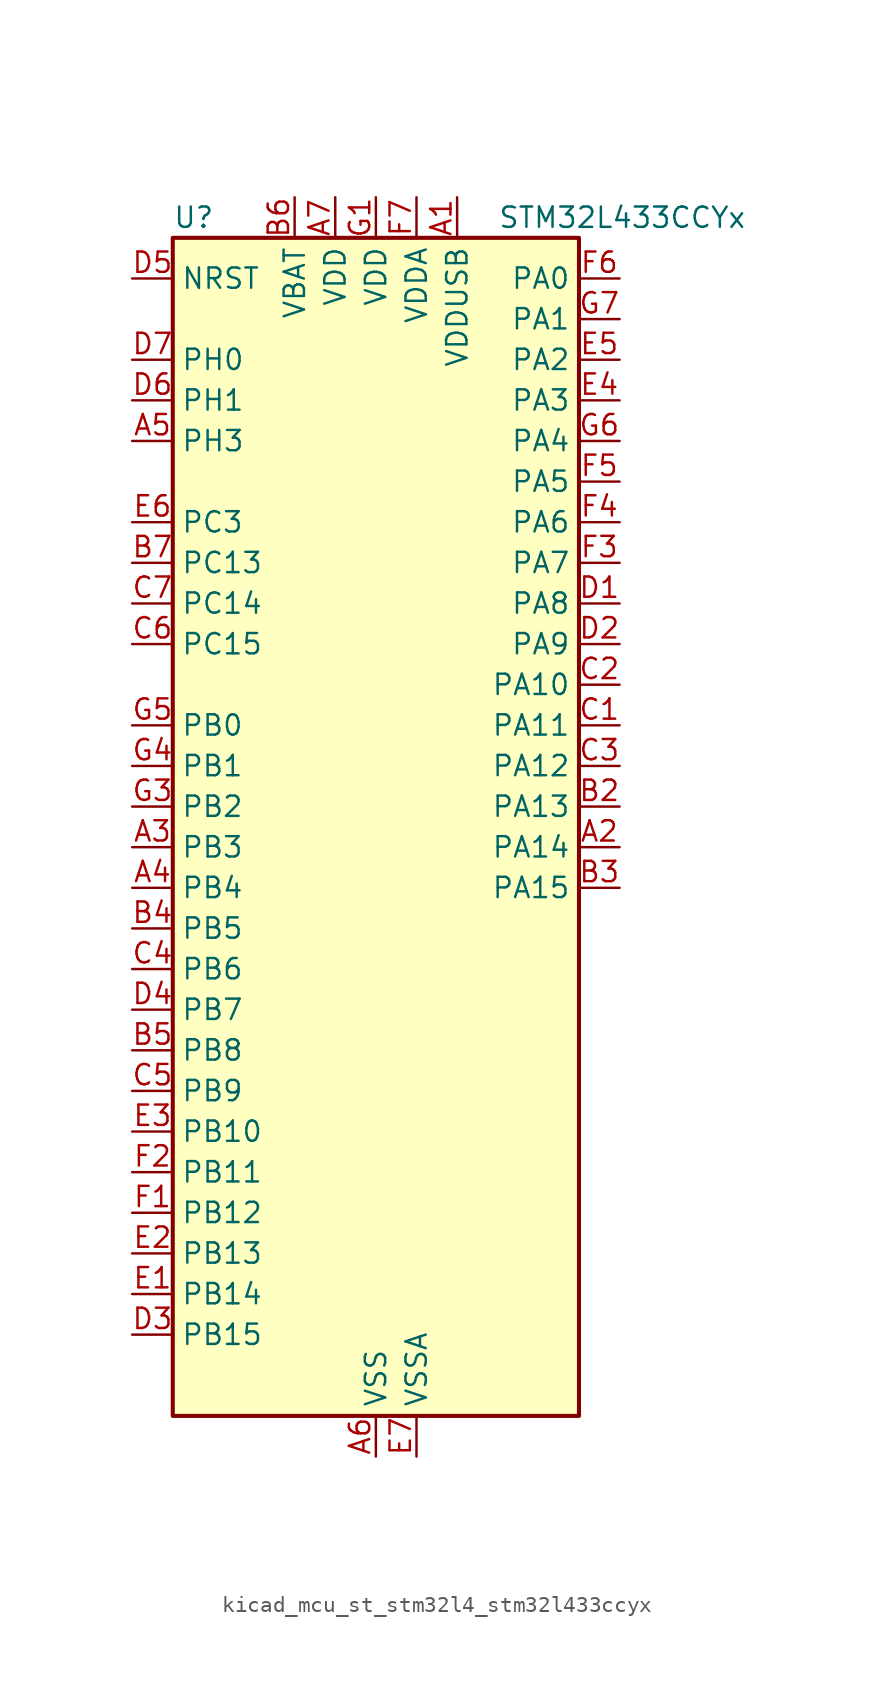
<source format=kicad_sym>
(kicad_symbol_lib
  (version 20220914)
  (generator kicad_symbol_editor)
  (symbol "kicad_mcu_st_stm32l4_stm32l433ccyx"
    (property "Reference" "U"
      (at -12.7 39.37 0)
      (effects (font (size 1.27 1.27)) (justify left)))
    (property "Value" "STM32L433CCYx"
      (at 7.62 39.37 0)
      (effects (font (size 1.27 1.27)) (justify left)))
    (property "ki_locked" ""
      (at 0 0 0)
      (effects (font (size 1.27 1.27))))
    (symbol "kicad_mcu_st_stm32l4_stm32l433ccyx_0_1"
      (rectangle (start -12.7 -35.56) (end 12.7 38.1) (stroke (width 0.254) (type default)) (fill (type background))))
    (symbol "kicad_mcu_st_stm32l4_stm32l433ccyx_1_1"
      (pin power_in line (at 5.08 40.64 270) (length 2.54) (name "VDDUSB" (effects (font (size 1.27 1.27)))) (number "A1" (effects (font (size 1.27 1.27)))))
      (pin bidirectional line (at 15.24 0 180) (length 2.54) (name "PA14" (effects (font (size 1.27 1.27)))) (number "A2" (effects (font (size 1.27 1.27)))) (alternate "I2C1_SMBA" bidirectional line) (alternate "LPTIM1_OUT" bidirectional line) (alternate "SAI1_FS_B" bidirectional line) (alternate "SWPMI1_RX" bidirectional line) (alternate "SYS_JTCK-SWCLK" bidirectional line))
      (pin bidirectional line (at -15.24 0 0) (length 2.54) (name "PB3" (effects (font (size 1.27 1.27)))) (number "A3" (effects (font (size 1.27 1.27)))) (alternate "COMP2_INM" bidirectional line) (alternate "LCD_SEG7" bidirectional line) (alternate "SAI1_SCK_B" bidirectional line) (alternate "SPI1_SCK" bidirectional line) (alternate "SPI3_SCK" bidirectional line) (alternate "SYS_JTDO-SWO" bidirectional line) (alternate "TIM2_CH2" bidirectional line) (alternate "USART1_DE" bidirectional line) (alternate "USART1_RTS" bidirectional line))
      (pin bidirectional line (at -15.24 -2.54 0) (length 2.54) (name "PB4" (effects (font (size 1.27 1.27)))) (number "A4" (effects (font (size 1.27 1.27)))) (alternate "COMP2_INP" bidirectional line) (alternate "I2C3_SDA" bidirectional line) (alternate "LCD_SEG8" bidirectional line) (alternate "SAI1_MCLK_B" bidirectional line) (alternate "SPI1_MISO" bidirectional line) (alternate "SPI3_MISO" bidirectional line) (alternate "SYS_JTRST" bidirectional line) (alternate "TSC_G2_IO1" bidirectional line) (alternate "USART1_CTS" bidirectional line))
      (pin bidirectional line (at -15.24 25.4 0) (length 2.54) (name "PH3" (effects (font (size 1.27 1.27)))) (number "A5" (effects (font (size 1.27 1.27)))))
      (pin power_in line (at 0 -38.1 90) (length 2.54) (name "VSS" (effects (font (size 1.27 1.27)))) (number "A6" (effects (font (size 1.27 1.27)))))
      (pin power_in line (at -2.54 40.64 270) (length 2.54) (name "VDD" (effects (font (size 1.27 1.27)))) (number "A7" (effects (font (size 1.27 1.27)))))
      (pin passive line (at 0 -38.1 90) (length 2.54) hide (name "VSS" (effects (font (size 1.27 1.27)))) (number "B1" (effects (font (size 1.27 1.27)))))
      (pin bidirectional line (at 15.24 2.54 180) (length 2.54) (name "PA13" (effects (font (size 1.27 1.27)))) (number "B2" (effects (font (size 1.27 1.27)))) (alternate "IR_OUT" bidirectional line) (alternate "SAI1_SD_B" bidirectional line) (alternate "SWPMI1_TX" bidirectional line) (alternate "SYS_JTMS-SWDIO" bidirectional line) (alternate "USB_NOE" bidirectional line))
      (pin bidirectional line (at 15.24 -2.54 180) (length 2.54) (name "PA15" (effects (font (size 1.27 1.27)))) (number "B3" (effects (font (size 1.27 1.27)))) (alternate "ADC1_EXTI15" bidirectional line) (alternate "LCD_SEG17" bidirectional line) (alternate "SPI1_NSS" bidirectional line) (alternate "SPI3_NSS" bidirectional line) (alternate "SWPMI1_SUSPEND" bidirectional line) (alternate "SYS_JTDI" bidirectional line) (alternate "TIM2_CH1" bidirectional line) (alternate "TIM2_ETR" bidirectional line) (alternate "USART2_RX" bidirectional line) (alternate "USART3_DE" bidirectional line) (alternate "USART3_RTS" bidirectional line))
      (pin bidirectional line (at -15.24 -5.08 0) (length 2.54) (name "PB5" (effects (font (size 1.27 1.27)))) (number "B4" (effects (font (size 1.27 1.27)))) (alternate "COMP2_OUT" bidirectional line) (alternate "I2C1_SMBA" bidirectional line) (alternate "LCD_SEG9" bidirectional line) (alternate "LPTIM1_IN1" bidirectional line) (alternate "SAI1_SD_B" bidirectional line) (alternate "SPI1_MOSI" bidirectional line) (alternate "SPI3_MOSI" bidirectional line) (alternate "TIM16_BKIN" bidirectional line) (alternate "TSC_G2_IO2" bidirectional line) (alternate "USART1_CK" bidirectional line))
      (pin bidirectional line (at -15.24 -12.7 0) (length 2.54) (name "PB8" (effects (font (size 1.27 1.27)))) (number "B5" (effects (font (size 1.27 1.27)))) (alternate "CAN1_RX" bidirectional line) (alternate "I2C1_SCL" bidirectional line) (alternate "LCD_SEG16" bidirectional line) (alternate "SAI1_MCLK_A" bidirectional line) (alternate "TIM16_CH1" bidirectional line))
      (pin power_in line (at -5.08 40.64 270) (length 2.54) (name "VBAT" (effects (font (size 1.27 1.27)))) (number "B6" (effects (font (size 1.27 1.27)))))
      (pin bidirectional line (at -15.24 17.78 0) (length 2.54) (name "PC13" (effects (font (size 1.27 1.27)))) (number "B7" (effects (font (size 1.27 1.27)))) (alternate "RTC_OUT_ALARM" bidirectional line) (alternate "RTC_OUT_CALIB" bidirectional line) (alternate "RTC_TAMP1" bidirectional line) (alternate "RTC_TS" bidirectional line) (alternate "SYS_WKUP2" bidirectional line))
      (pin bidirectional line (at 15.24 7.62 180) (length 2.54) (name "PA11" (effects (font (size 1.27 1.27)))) (number "C1" (effects (font (size 1.27 1.27)))) (alternate "ADC1_EXTI11" bidirectional line) (alternate "CAN1_RX" bidirectional line) (alternate "COMP1_OUT" bidirectional line) (alternate "SPI1_MISO" bidirectional line) (alternate "TIM1_BKIN2" bidirectional line) (alternate "TIM1_BKIN2_COMP1" bidirectional line) (alternate "TIM1_CH4" bidirectional line) (alternate "USART1_CTS" bidirectional line) (alternate "USB_DM" bidirectional line))
      (pin bidirectional line (at 15.24 10.16 180) (length 2.54) (name "PA10" (effects (font (size 1.27 1.27)))) (number "C2" (effects (font (size 1.27 1.27)))) (alternate "CRS_SYNC" bidirectional line) (alternate "I2C1_SDA" bidirectional line) (alternate "LCD_COM2" bidirectional line) (alternate "SAI1_SD_A" bidirectional line) (alternate "TIM1_CH3" bidirectional line) (alternate "USART1_RX" bidirectional line))
      (pin bidirectional line (at 15.24 5.08 180) (length 2.54) (name "PA12" (effects (font (size 1.27 1.27)))) (number "C3" (effects (font (size 1.27 1.27)))) (alternate "CAN1_TX" bidirectional line) (alternate "SPI1_MOSI" bidirectional line) (alternate "TIM1_ETR" bidirectional line) (alternate "USART1_DE" bidirectional line) (alternate "USART1_RTS" bidirectional line) (alternate "USB_DP" bidirectional line))
      (pin bidirectional line (at -15.24 -7.62 0) (length 2.54) (name "PB6" (effects (font (size 1.27 1.27)))) (number "C4" (effects (font (size 1.27 1.27)))) (alternate "COMP2_INP" bidirectional line) (alternate "I2C1_SCL" bidirectional line) (alternate "LPTIM1_ETR" bidirectional line) (alternate "SAI1_FS_B" bidirectional line) (alternate "TIM16_CH1N" bidirectional line) (alternate "TSC_G2_IO3" bidirectional line) (alternate "USART1_TX" bidirectional line))
      (pin bidirectional line (at -15.24 -15.24 0) (length 2.54) (name "PB9" (effects (font (size 1.27 1.27)))) (number "C5" (effects (font (size 1.27 1.27)))) (alternate "CAN1_TX" bidirectional line) (alternate "DAC1_EXTI9" bidirectional line) (alternate "I2C1_SDA" bidirectional line) (alternate "IR_OUT" bidirectional line) (alternate "LCD_COM3" bidirectional line) (alternate "SAI1_FS_A" bidirectional line) (alternate "SPI2_NSS" bidirectional line))
      (pin bidirectional line (at -15.24 12.7 0) (length 2.54) (name "PC15" (effects (font (size 1.27 1.27)))) (number "C6" (effects (font (size 1.27 1.27)))) (alternate "ADC1_EXTI15" bidirectional line) (alternate "RCC_OSC32_OUT" bidirectional line))
      (pin bidirectional line (at -15.24 15.24 0) (length 2.54) (name "PC14" (effects (font (size 1.27 1.27)))) (number "C7" (effects (font (size 1.27 1.27)))) (alternate "RCC_OSC32_IN" bidirectional line))
      (pin bidirectional line (at 15.24 15.24 180) (length 2.54) (name "PA8" (effects (font (size 1.27 1.27)))) (number "D1" (effects (font (size 1.27 1.27)))) (alternate "LCD_COM0" bidirectional line) (alternate "LPTIM2_OUT" bidirectional line) (alternate "RCC_MCO" bidirectional line) (alternate "SAI1_SCK_A" bidirectional line) (alternate "SWPMI1_IO" bidirectional line) (alternate "TIM1_CH1" bidirectional line) (alternate "USART1_CK" bidirectional line))
      (pin bidirectional line (at 15.24 12.7 180) (length 2.54) (name "PA9" (effects (font (size 1.27 1.27)))) (number "D2" (effects (font (size 1.27 1.27)))) (alternate "DAC1_EXTI9" bidirectional line) (alternate "I2C1_SCL" bidirectional line) (alternate "LCD_COM1" bidirectional line) (alternate "SAI1_FS_A" bidirectional line) (alternate "TIM15_BKIN" bidirectional line) (alternate "TIM1_CH2" bidirectional line) (alternate "USART1_TX" bidirectional line))
      (pin bidirectional line (at -15.24 -30.48 0) (length 2.54) (name "PB15" (effects (font (size 1.27 1.27)))) (number "D3" (effects (font (size 1.27 1.27)))) (alternate "ADC1_EXTI15" bidirectional line) (alternate "LCD_SEG15" bidirectional line) (alternate "RTC_REFIN" bidirectional line) (alternate "SAI1_SD_A" bidirectional line) (alternate "SPI2_MOSI" bidirectional line) (alternate "SWPMI1_SUSPEND" bidirectional line) (alternate "TIM15_CH2" bidirectional line) (alternate "TIM1_CH3N" bidirectional line) (alternate "TSC_G1_IO4" bidirectional line))
      (pin bidirectional line (at -15.24 -10.16 0) (length 2.54) (name "PB7" (effects (font (size 1.27 1.27)))) (number "D4" (effects (font (size 1.27 1.27)))) (alternate "COMP2_INM" bidirectional line) (alternate "I2C1_SDA" bidirectional line) (alternate "LCD_SEG21" bidirectional line) (alternate "LPTIM1_IN2" bidirectional line) (alternate "SYS_PVD_IN" bidirectional line) (alternate "TSC_G2_IO4" bidirectional line) (alternate "USART1_RX" bidirectional line))
      (pin input line (at -15.24 35.56 0) (length 2.54) (name "NRST" (effects (font (size 1.27 1.27)))) (number "D5" (effects (font (size 1.27 1.27)))))
      (pin bidirectional line (at -15.24 27.94 0) (length 2.54) (name "PH1" (effects (font (size 1.27 1.27)))) (number "D6" (effects (font (size 1.27 1.27)))) (alternate "RCC_OSC_OUT" bidirectional line))
      (pin bidirectional line (at -15.24 30.48 0) (length 2.54) (name "PH0" (effects (font (size 1.27 1.27)))) (number "D7" (effects (font (size 1.27 1.27)))) (alternate "RCC_OSC_IN" bidirectional line))
      (pin bidirectional line (at -15.24 -27.94 0) (length 2.54) (name "PB14" (effects (font (size 1.27 1.27)))) (number "E1" (effects (font (size 1.27 1.27)))) (alternate "I2C2_SDA" bidirectional line) (alternate "LCD_SEG14" bidirectional line) (alternate "SAI1_MCLK_A" bidirectional line) (alternate "SPI2_MISO" bidirectional line) (alternate "SWPMI1_RX" bidirectional line) (alternate "TIM15_CH1" bidirectional line) (alternate "TIM1_CH2N" bidirectional line) (alternate "TSC_G1_IO3" bidirectional line) (alternate "USART3_DE" bidirectional line) (alternate "USART3_RTS" bidirectional line))
      (pin bidirectional line (at -15.24 -25.4 0) (length 2.54) (name "PB13" (effects (font (size 1.27 1.27)))) (number "E2" (effects (font (size 1.27 1.27)))) (alternate "I2C2_SCL" bidirectional line) (alternate "LCD_SEG13" bidirectional line) (alternate "LPUART1_CTS" bidirectional line) (alternate "SAI1_SCK_A" bidirectional line) (alternate "SPI2_SCK" bidirectional line) (alternate "SWPMI1_TX" bidirectional line) (alternate "TIM15_CH1N" bidirectional line) (alternate "TIM1_CH1N" bidirectional line) (alternate "TSC_G1_IO2" bidirectional line) (alternate "USART3_CTS" bidirectional line))
      (pin bidirectional line (at -15.24 -17.78 0) (length 2.54) (name "PB10" (effects (font (size 1.27 1.27)))) (number "E3" (effects (font (size 1.27 1.27)))) (alternate "COMP1_OUT" bidirectional line) (alternate "I2C2_SCL" bidirectional line) (alternate "LCD_SEG10" bidirectional line) (alternate "LPUART1_RX" bidirectional line) (alternate "QUADSPI_CLK" bidirectional line) (alternate "SAI1_SCK_A" bidirectional line) (alternate "SPI2_SCK" bidirectional line) (alternate "TIM2_CH3" bidirectional line) (alternate "TSC_SYNC" bidirectional line) (alternate "USART3_TX" bidirectional line))
      (pin bidirectional line (at 15.24 27.94 180) (length 2.54) (name "PA3" (effects (font (size 1.27 1.27)))) (number "E4" (effects (font (size 1.27 1.27)))) (alternate "ADC1_IN8" bidirectional line) (alternate "COMP2_INP" bidirectional line) (alternate "LCD_SEG2" bidirectional line) (alternate "LPUART1_RX" bidirectional line) (alternate "OPAMP1_VOUT" bidirectional line) (alternate "QUADSPI_CLK" bidirectional line) (alternate "SAI1_MCLK_A" bidirectional line) (alternate "TIM15_CH2" bidirectional line) (alternate "TIM2_CH4" bidirectional line) (alternate "USART2_RX" bidirectional line))
      (pin bidirectional line (at 15.24 30.48 180) (length 2.54) (name "PA2" (effects (font (size 1.27 1.27)))) (number "E5" (effects (font (size 1.27 1.27)))) (alternate "ADC1_IN7" bidirectional line) (alternate "COMP2_INM" bidirectional line) (alternate "COMP2_OUT" bidirectional line) (alternate "LCD_SEG1" bidirectional line) (alternate "LPUART1_TX" bidirectional line) (alternate "QUADSPI_BK1_NCS" bidirectional line) (alternate "RCC_LSCO" bidirectional line) (alternate "SYS_WKUP4" bidirectional line) (alternate "TIM15_CH1" bidirectional line) (alternate "TIM2_CH3" bidirectional line) (alternate "USART2_TX" bidirectional line))
      (pin bidirectional line (at -15.24 20.32 0) (length 2.54) (name "PC3" (effects (font (size 1.27 1.27)))) (number "E6" (effects (font (size 1.27 1.27)))) (alternate "ADC1_IN4" bidirectional line) (alternate "LCD_VLCD" bidirectional line) (alternate "LPTIM1_ETR" bidirectional line) (alternate "LPTIM2_ETR" bidirectional line) (alternate "SAI1_SD_A" bidirectional line) (alternate "SPI2_MOSI" bidirectional line))
      (pin power_in line (at 2.54 -38.1 90) (length 2.54) (name "VSSA" (effects (font (size 1.27 1.27)))) (number "E7" (effects (font (size 1.27 1.27)))))
      (pin bidirectional line (at -15.24 -22.86 0) (length 2.54) (name "PB12" (effects (font (size 1.27 1.27)))) (number "F1" (effects (font (size 1.27 1.27)))) (alternate "I2C2_SMBA" bidirectional line) (alternate "LCD_SEG12" bidirectional line) (alternate "LPUART1_DE" bidirectional line) (alternate "LPUART1_RTS" bidirectional line) (alternate "SAI1_FS_A" bidirectional line) (alternate "SPI2_NSS" bidirectional line) (alternate "SWPMI1_IO" bidirectional line) (alternate "TIM15_BKIN" bidirectional line) (alternate "TIM1_BKIN" bidirectional line) (alternate "TIM1_BKIN_COMP2" bidirectional line) (alternate "TSC_G1_IO1" bidirectional line) (alternate "USART3_CK" bidirectional line))
      (pin bidirectional line (at -15.24 -20.32 0) (length 2.54) (name "PB11" (effects (font (size 1.27 1.27)))) (number "F2" (effects (font (size 1.27 1.27)))) (alternate "ADC1_EXTI11" bidirectional line) (alternate "COMP2_OUT" bidirectional line) (alternate "I2C2_SDA" bidirectional line) (alternate "LCD_SEG11" bidirectional line) (alternate "LPUART1_TX" bidirectional line) (alternate "QUADSPI_BK1_NCS" bidirectional line) (alternate "TIM2_CH4" bidirectional line) (alternate "USART3_RX" bidirectional line))
      (pin bidirectional line (at 15.24 17.78 180) (length 2.54) (name "PA7" (effects (font (size 1.27 1.27)))) (number "F3" (effects (font (size 1.27 1.27)))) (alternate "ADC1_IN12" bidirectional line) (alternate "COMP2_OUT" bidirectional line) (alternate "I2C3_SCL" bidirectional line) (alternate "LCD_SEG4" bidirectional line) (alternate "QUADSPI_BK1_IO2" bidirectional line) (alternate "SPI1_MOSI" bidirectional line) (alternate "TIM1_CH1N" bidirectional line))
      (pin bidirectional line (at 15.24 20.32 180) (length 2.54) (name "PA6" (effects (font (size 1.27 1.27)))) (number "F4" (effects (font (size 1.27 1.27)))) (alternate "ADC1_IN11" bidirectional line) (alternate "COMP1_OUT" bidirectional line) (alternate "LCD_SEG3" bidirectional line) (alternate "LPUART1_CTS" bidirectional line) (alternate "QUADSPI_BK1_IO3" bidirectional line) (alternate "SPI1_MISO" bidirectional line) (alternate "TIM16_CH1" bidirectional line) (alternate "TIM1_BKIN" bidirectional line) (alternate "TIM1_BKIN_COMP2" bidirectional line) (alternate "USART3_CTS" bidirectional line))
      (pin bidirectional line (at 15.24 22.86 180) (length 2.54) (name "PA5" (effects (font (size 1.27 1.27)))) (number "F5" (effects (font (size 1.27 1.27)))) (alternate "ADC1_IN10" bidirectional line) (alternate "COMP1_INM" bidirectional line) (alternate "COMP2_INM" bidirectional line) (alternate "DAC1_OUT2" bidirectional line) (alternate "LPTIM2_ETR" bidirectional line) (alternate "SPI1_SCK" bidirectional line) (alternate "TIM2_CH1" bidirectional line) (alternate "TIM2_ETR" bidirectional line))
      (pin bidirectional line (at 15.24 35.56 180) (length 2.54) (name "PA0" (effects (font (size 1.27 1.27)))) (number "F6" (effects (font (size 1.27 1.27)))) (alternate "ADC1_IN5" bidirectional line) (alternate "COMP1_INM" bidirectional line) (alternate "COMP1_OUT" bidirectional line) (alternate "OPAMP1_VINP" bidirectional line) (alternate "RTC_TAMP2" bidirectional line) (alternate "SAI1_EXTCLK" bidirectional line) (alternate "SYS_WKUP1" bidirectional line) (alternate "TIM2_CH1" bidirectional line) (alternate "TIM2_ETR" bidirectional line) (alternate "USART2_CTS" bidirectional line))
      (pin power_in line (at 2.54 40.64 270) (length 2.54) (name "VDDA" (effects (font (size 1.27 1.27)))) (number "F7" (effects (font (size 1.27 1.27)))))
      (pin power_in line (at 0 40.64 270) (length 2.54) (name "VDD" (effects (font (size 1.27 1.27)))) (number "G1" (effects (font (size 1.27 1.27)))))
      (pin passive line (at 0 -38.1 90) (length 2.54) hide (name "VSS" (effects (font (size 1.27 1.27)))) (number "G2" (effects (font (size 1.27 1.27)))))
      (pin bidirectional line (at -15.24 2.54 0) (length 2.54) (name "PB2" (effects (font (size 1.27 1.27)))) (number "G3" (effects (font (size 1.27 1.27)))) (alternate "COMP1_INP" bidirectional line) (alternate "I2C3_SMBA" bidirectional line) (alternate "LCD_VLCD" bidirectional line) (alternate "LPTIM1_OUT" bidirectional line) (alternate "RTC_OUT_ALARM" bidirectional line) (alternate "RTC_OUT_CALIB" bidirectional line))
      (pin bidirectional line (at -15.24 5.08 0) (length 2.54) (name "PB1" (effects (font (size 1.27 1.27)))) (number "G4" (effects (font (size 1.27 1.27)))) (alternate "ADC1_IN16" bidirectional line) (alternate "COMP1_INM" bidirectional line) (alternate "LCD_SEG6" bidirectional line) (alternate "LPTIM2_IN1" bidirectional line) (alternate "LPUART1_DE" bidirectional line) (alternate "LPUART1_RTS" bidirectional line) (alternate "QUADSPI_BK1_IO0" bidirectional line) (alternate "TIM1_CH3N" bidirectional line) (alternate "USART3_DE" bidirectional line) (alternate "USART3_RTS" bidirectional line))
      (pin bidirectional line (at -15.24 7.62 0) (length 2.54) (name "PB0" (effects (font (size 1.27 1.27)))) (number "G5" (effects (font (size 1.27 1.27)))) (alternate "ADC1_IN15" bidirectional line) (alternate "COMP1_OUT" bidirectional line) (alternate "LCD_SEG5" bidirectional line) (alternate "QUADSPI_BK1_IO1" bidirectional line) (alternate "SAI1_EXTCLK" bidirectional line) (alternate "SPI1_NSS" bidirectional line) (alternate "TIM1_CH2N" bidirectional line) (alternate "USART3_CK" bidirectional line))
      (pin bidirectional line (at 15.24 25.4 180) (length 2.54) (name "PA4" (effects (font (size 1.27 1.27)))) (number "G6" (effects (font (size 1.27 1.27)))) (alternate "ADC1_IN9" bidirectional line) (alternate "COMP1_INM" bidirectional line) (alternate "COMP2_INM" bidirectional line) (alternate "DAC1_OUT1" bidirectional line) (alternate "LPTIM2_OUT" bidirectional line) (alternate "SAI1_FS_B" bidirectional line) (alternate "SPI1_NSS" bidirectional line) (alternate "SPI3_NSS" bidirectional line) (alternate "USART2_CK" bidirectional line))
      (pin bidirectional line (at 15.24 33.02 180) (length 2.54) (name "PA1" (effects (font (size 1.27 1.27)))) (number "G7" (effects (font (size 1.27 1.27)))) (alternate "ADC1_IN6" bidirectional line) (alternate "COMP1_INP" bidirectional line) (alternate "I2C1_SMBA" bidirectional line) (alternate "LCD_SEG0" bidirectional line) (alternate "OPAMP1_VINM" bidirectional line) (alternate "SPI1_SCK" bidirectional line) (alternate "TIM15_CH1N" bidirectional line) (alternate "TIM2_CH2" bidirectional line) (alternate "USART2_DE" bidirectional line) (alternate "USART2_RTS" bidirectional line)))))
</source>
